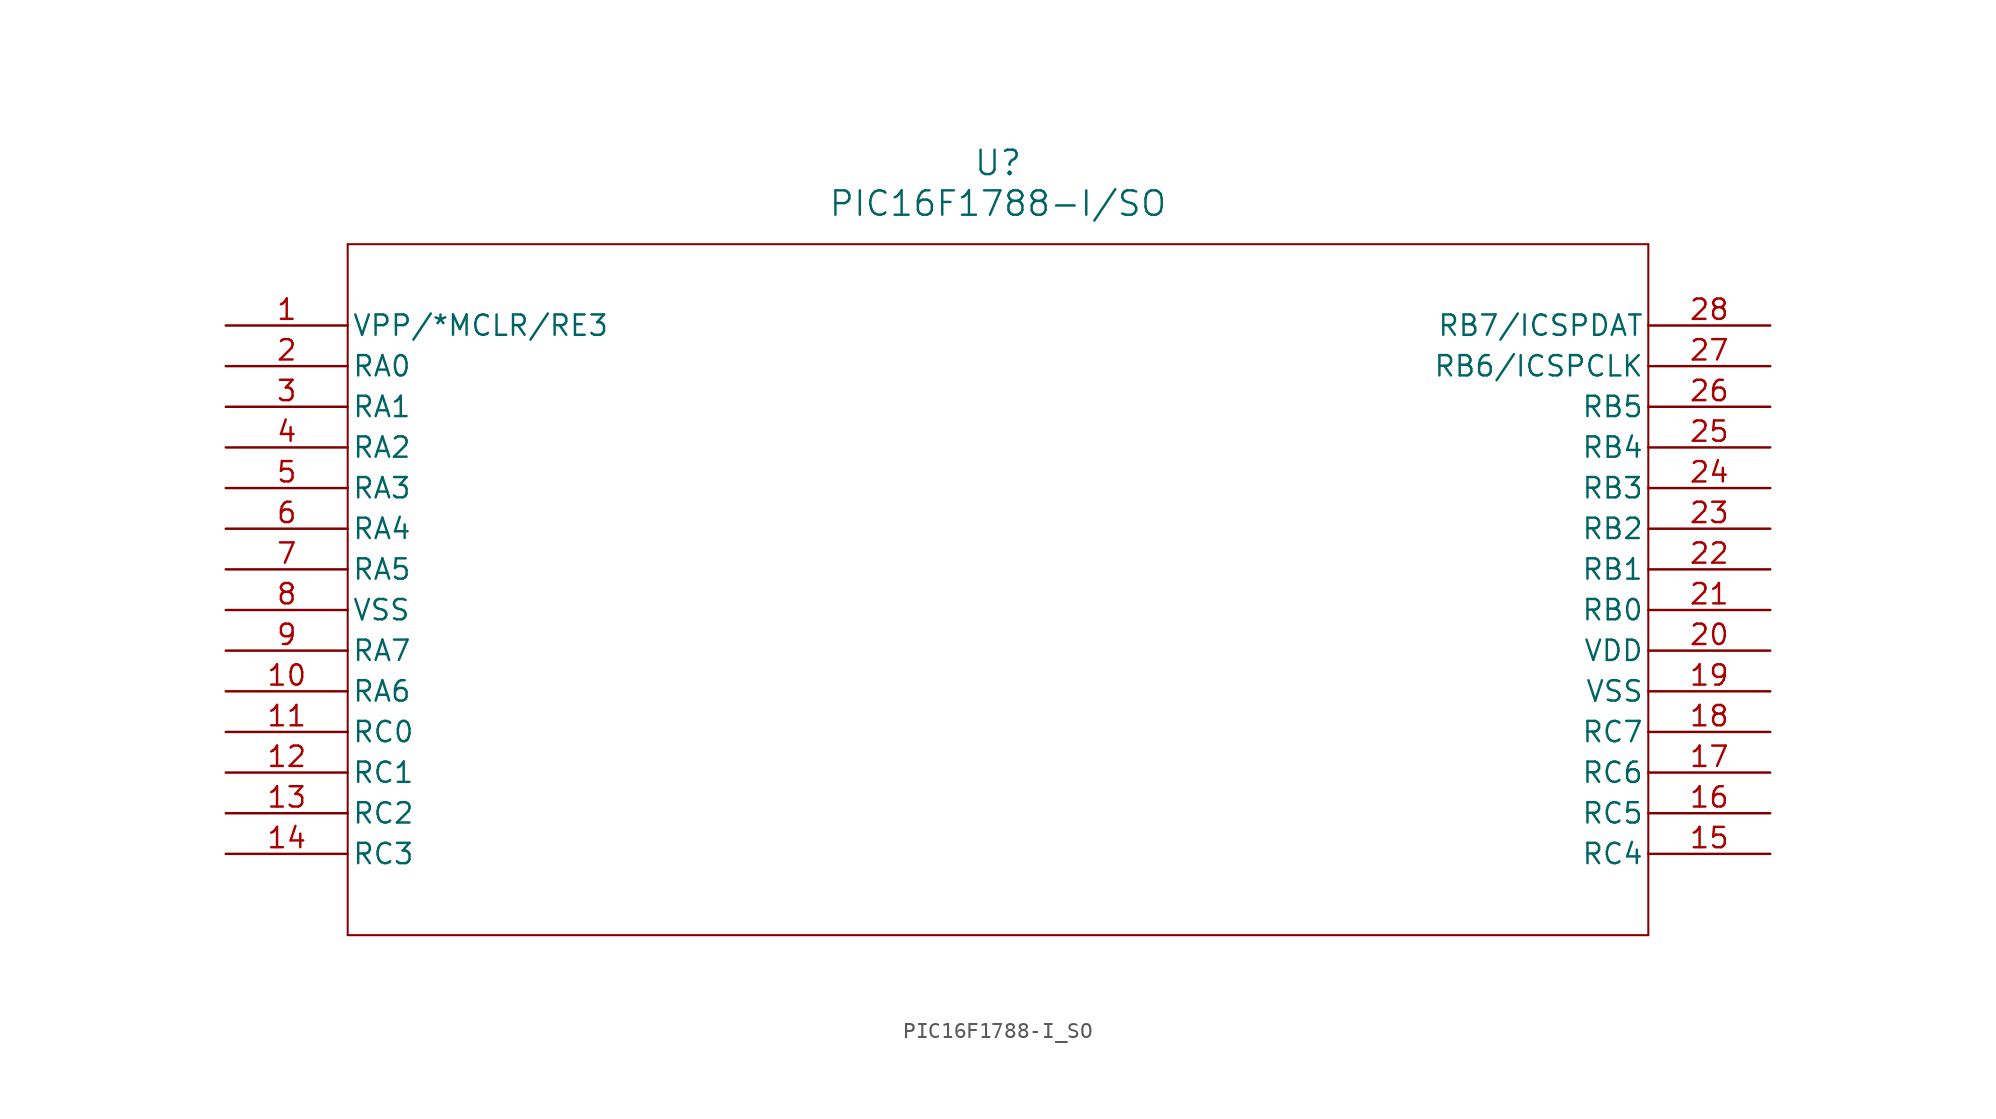
<source format=kicad_sym>
(kicad_symbol_lib
  (version 20211014)
  (generator kicad_symbol_editor)
  (symbol "PIC16F1788-I_SO"
    (pin_names
      (offset 0.254))
    (property "Reference" "U"
      (at 48.26 10.16 0)
      (effects (font (size 1.524 1.524))))
    (property "Value" "PIC16F1788-I/SO"
      (at 48.26 7.62 0)
      (effects (font (size 1.524 1.524))))
    (symbol "PIC16F1788-I_SO_0_1"
      (polyline (pts (xy 7.62 5.08) (xy 7.62 -38.1)) (stroke (width 0.127) (type default) (color 0 0 0 0)) (fill (type none)))
      (polyline (pts (xy 7.62 -38.1) (xy 88.9 -38.1)) (stroke (width 0.127) (type default) (color 0 0 0 0)) (fill (type none)))
      (polyline (pts (xy 88.9 -38.1) (xy 88.9 5.08)) (stroke (width 0.127) (type default) (color 0 0 0 0)) (fill (type none)))
      (polyline (pts (xy 88.9 5.08) (xy 7.62 5.08)) (stroke (width 0.127) (type default) (color 0 0 0 0)) (fill (type none)))
      (pin bidirectional line (at 0 0 0) (length 7.62) (name "VPP/*MCLR/RE3" (effects (font (size 1.27 1.27)))) (number "1" (effects (font (size 1.27 1.27)))))
      (pin bidirectional line (at 0 -2.54 0) (length 7.62) (name "RA0" (effects (font (size 1.27 1.27)))) (number "2" (effects (font (size 1.27 1.27)))))
      (pin bidirectional line (at 0 -5.08 0) (length 7.62) (name "RA1" (effects (font (size 1.27 1.27)))) (number "3" (effects (font (size 1.27 1.27)))))
      (pin bidirectional line (at 0 -7.62 0) (length 7.62) (name "RA2" (effects (font (size 1.27 1.27)))) (number "4" (effects (font (size 1.27 1.27)))))
      (pin bidirectional line (at 0 -10.16 0) (length 7.62) (name "RA3" (effects (font (size 1.27 1.27)))) (number "5" (effects (font (size 1.27 1.27)))))
      (pin bidirectional line (at 0 -12.7 0) (length 7.62) (name "RA4" (effects (font (size 1.27 1.27)))) (number "6" (effects (font (size 1.27 1.27)))))
      (pin bidirectional line (at 0 -15.24 0) (length 7.62) (name "RA5" (effects (font (size 1.27 1.27)))) (number "7" (effects (font (size 1.27 1.27)))))
      (pin power_in line (at 0 -17.78 0) (length 7.62) (name "VSS" (effects (font (size 1.27 1.27)))) (number "8" (effects (font (size 1.27 1.27)))))
      (pin bidirectional line (at 0 -20.32 0) (length 7.62) (name "RA7" (effects (font (size 1.27 1.27)))) (number "9" (effects (font (size 1.27 1.27)))))
      (pin bidirectional line (at 0 -22.86 0) (length 7.62) (name "RA6" (effects (font (size 1.27 1.27)))) (number "10" (effects (font (size 1.27 1.27)))))
      (pin bidirectional line (at 0 -25.4 0) (length 7.62) (name "RC0" (effects (font (size 1.27 1.27)))) (number "11" (effects (font (size 1.27 1.27)))))
      (pin bidirectional line (at 0 -27.94 0) (length 7.62) (name "RC1" (effects (font (size 1.27 1.27)))) (number "12" (effects (font (size 1.27 1.27)))))
      (pin bidirectional line (at 0 -30.48 0) (length 7.62) (name "RC2" (effects (font (size 1.27 1.27)))) (number "13" (effects (font (size 1.27 1.27)))))
      (pin bidirectional line (at 0 -33.02 0) (length 7.62) (name "RC3" (effects (font (size 1.27 1.27)))) (number "14" (effects (font (size 1.27 1.27)))))
      (pin bidirectional line (at 96.52 -33.02 180) (length 7.62) (name "RC4" (effects (font (size 1.27 1.27)))) (number "15" (effects (font (size 1.27 1.27)))))
      (pin bidirectional line (at 96.52 -30.48 180) (length 7.62) (name "RC5" (effects (font (size 1.27 1.27)))) (number "16" (effects (font (size 1.27 1.27)))))
      (pin bidirectional line (at 96.52 -27.94 180) (length 7.62) (name "RC6" (effects (font (size 1.27 1.27)))) (number "17" (effects (font (size 1.27 1.27)))))
      (pin bidirectional line (at 96.52 -25.4 180) (length 7.62) (name "RC7" (effects (font (size 1.27 1.27)))) (number "18" (effects (font (size 1.27 1.27)))))
      (pin power_in line (at 96.52 -22.86 180) (length 7.62) (name "VSS" (effects (font (size 1.27 1.27)))) (number "19" (effects (font (size 1.27 1.27)))))
      (pin power_in line (at 96.52 -20.32 180) (length 7.62) (name "VDD" (effects (font (size 1.27 1.27)))) (number "20" (effects (font (size 1.27 1.27)))))
      (pin bidirectional line (at 96.52 -17.78 180) (length 7.62) (name "RB0" (effects (font (size 1.27 1.27)))) (number "21" (effects (font (size 1.27 1.27)))))
      (pin bidirectional line (at 96.52 -15.24 180) (length 7.62) (name "RB1" (effects (font (size 1.27 1.27)))) (number "22" (effects (font (size 1.27 1.27)))))
      (pin bidirectional line (at 96.52 -12.7 180) (length 7.62) (name "RB2" (effects (font (size 1.27 1.27)))) (number "23" (effects (font (size 1.27 1.27)))))
      (pin bidirectional line (at 96.52 -10.16 180) (length 7.62) (name "RB3" (effects (font (size 1.27 1.27)))) (number "24" (effects (font (size 1.27 1.27)))))
      (pin bidirectional line (at 96.52 -7.62 180) (length 7.62) (name "RB4" (effects (font (size 1.27 1.27)))) (number "25" (effects (font (size 1.27 1.27)))))
      (pin bidirectional line (at 96.52 -5.08 180) (length 7.62) (name "RB5" (effects (font (size 1.27 1.27)))) (number "26" (effects (font (size 1.27 1.27)))))
      (pin bidirectional line (at 96.52 -2.54 180) (length 7.62) (name "RB6/ICSPCLK" (effects (font (size 1.27 1.27)))) (number "27" (effects (font (size 1.27 1.27)))))
      (pin bidirectional line (at 96.52 0 180) (length 7.62) (name "RB7/ICSPDAT" (effects (font (size 1.27 1.27)))) (number "28" (effects (font (size 1.27 1.27))))))))
</source>
